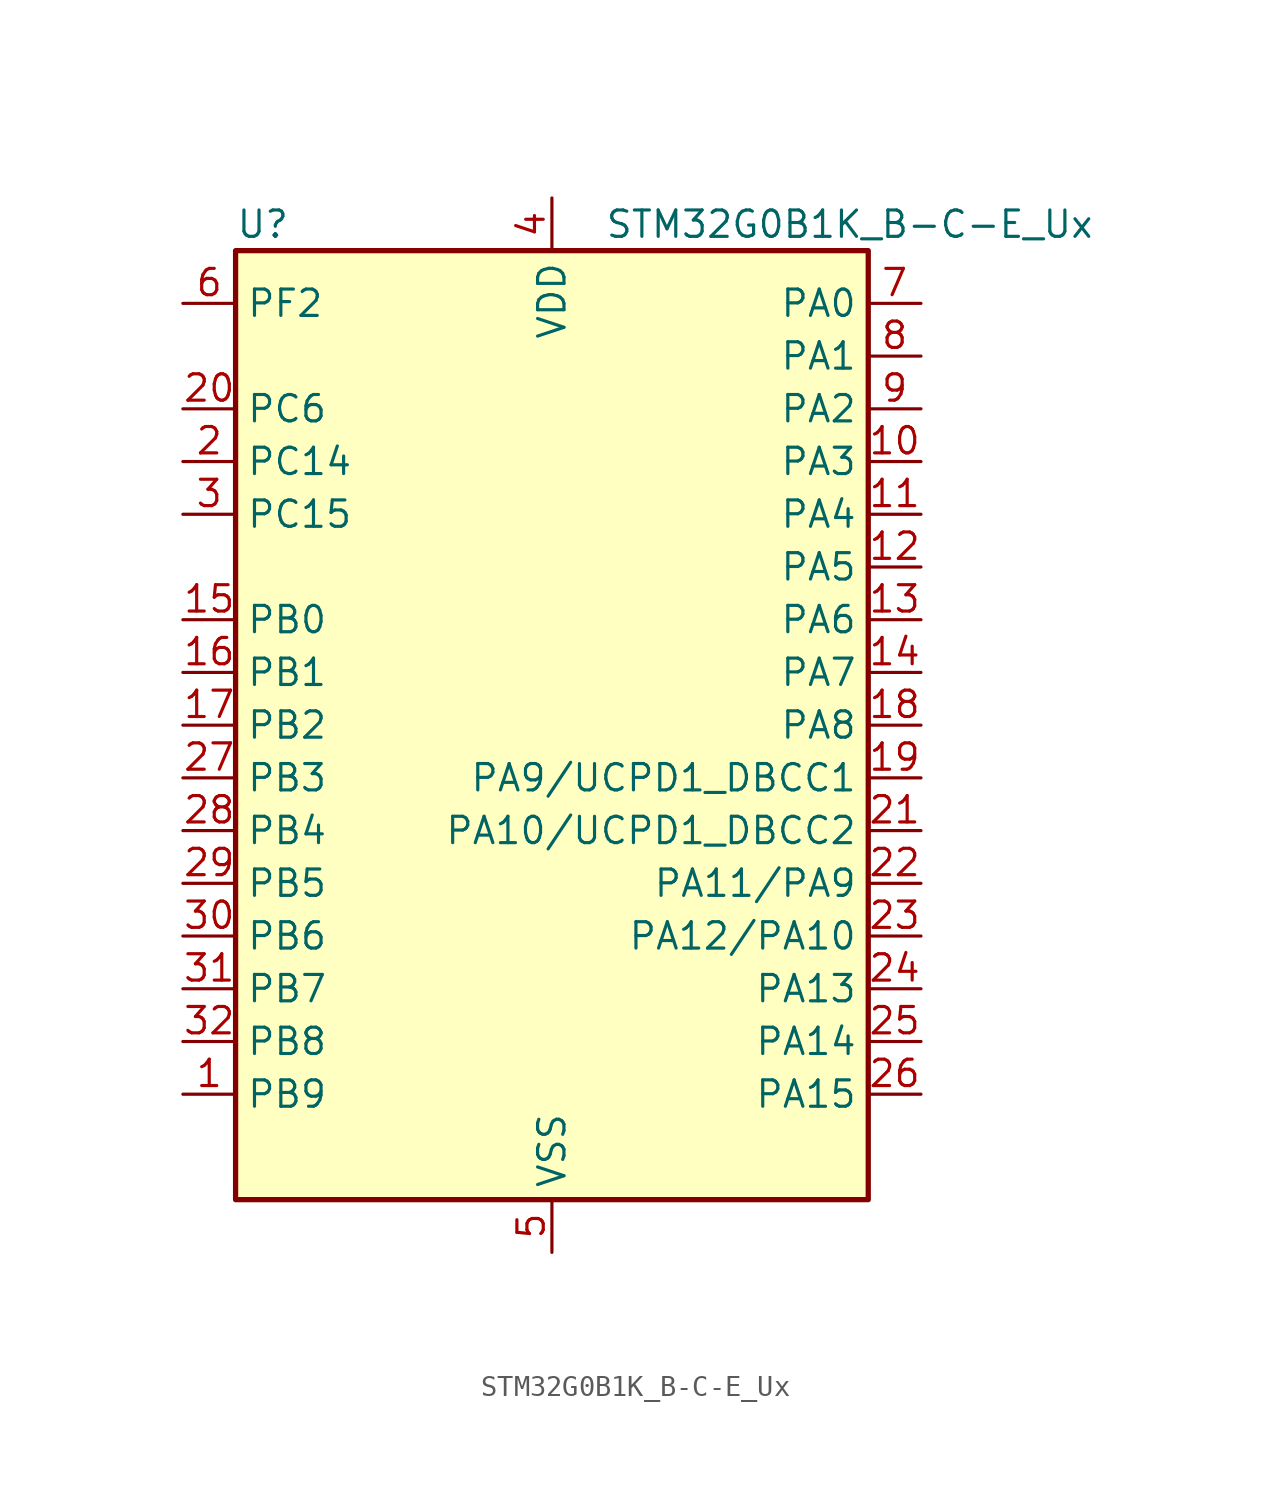
<source format=kicad_sym>
(kicad_symbol_lib
  (version 20220914)
  (generator kicad_symbol_editor)
  (symbol "STM32G0B1K_B-C-E_Ux"
    (property "Reference" "U"
      (at -15.24 24.13 0)
      (effects (font (size 1.27 1.27)) (justify left)))
    (property "Value" "STM32G0B1K_B-C-E_Ux"
      (at 2.54 24.13 0)
      (effects (font (size 1.27 1.27)) (justify left)))
    (property "ki_locked" ""
      (at 0 0 0)
      (effects (font (size 1.27 1.27))))
    (symbol "STM32G0B1K_B-C-E_Ux_0_1"
      (rectangle (start -15.24 -22.86) (end 15.24 22.86) (stroke (width 0.254) (type default)) (fill (type background))))
    (symbol "STM32G0B1K_B-C-E_Ux_1_1"
      (pin bidirectional line (at -17.78 -17.78 0) (length 2.54) (name "PB9" (effects (font (size 1.27 1.27)))) (number "1" (effects (font (size 1.27 1.27)))) (alternate "DAC1_EXTI9" bidirectional line) (alternate "FDCAN1_TX" bidirectional line) (alternate "I2C1_SDA" bidirectional line) (alternate "I2S2_WS" bidirectional line) (alternate "IR_OUT" bidirectional line) (alternate "SPI2_NSS" bidirectional line) (alternate "TIM17_CH1" bidirectional line) (alternate "TIM4_CH4" bidirectional line) (alternate "USART3_RX" bidirectional line) (alternate "USART6_RX" bidirectional line))
      (pin bidirectional line (at 17.78 12.7 180) (length 2.54) (name "PA3" (effects (font (size 1.27 1.27)))) (number "10" (effects (font (size 1.27 1.27)))) (alternate "ADC1_IN3" bidirectional line) (alternate "COMP2_INP" bidirectional line) (alternate "I2S2_MCK" bidirectional line) (alternate "LPUART1_RX" bidirectional line) (alternate "SPI2_MISO" bidirectional line) (alternate "TIM15_CH2" bidirectional line) (alternate "TIM2_CH4" bidirectional line) (alternate "USART2_RX" bidirectional line))
      (pin bidirectional line (at 17.78 10.16 180) (length 2.54) (name "PA4" (effects (font (size 1.27 1.27)))) (number "11" (effects (font (size 1.27 1.27)))) (alternate "ADC1_IN4" bidirectional line) (alternate "DAC1_OUT1" bidirectional line) (alternate "I2S1_WS" bidirectional line) (alternate "I2S2_SD" bidirectional line) (alternate "LPTIM2_OUT" bidirectional line) (alternate "RTC_OUT1" bidirectional line) (alternate "RTC_TAMP_IN1" bidirectional line) (alternate "RTC_TS" bidirectional line) (alternate "SPI1_NSS" bidirectional line) (alternate "SPI2_MOSI" bidirectional line) (alternate "SPI3_NSS" bidirectional line) (alternate "SYS_WKUP2" bidirectional line) (alternate "TIM14_CH1" bidirectional line) (alternate "USART6_TX" bidirectional line) (alternate "USB_NOE" bidirectional line))
      (pin bidirectional line (at 17.78 7.62 180) (length 2.54) (name "PA5" (effects (font (size 1.27 1.27)))) (number "12" (effects (font (size 1.27 1.27)))) (alternate "ADC1_IN5" bidirectional line) (alternate "CEC" bidirectional line) (alternate "DAC1_OUT2" bidirectional line) (alternate "I2S1_CK" bidirectional line) (alternate "LPTIM2_ETR" bidirectional line) (alternate "SPI1_SCK" bidirectional line) (alternate "TIM2_CH1" bidirectional line) (alternate "TIM2_ETR" bidirectional line) (alternate "UCPD1_FRSTX1" bidirectional line) (alternate "UCPD1_FRSTX2" bidirectional line) (alternate "USART3_TX" bidirectional line) (alternate "USART6_RX" bidirectional line))
      (pin bidirectional line (at 17.78 5.08 180) (length 2.54) (name "PA6" (effects (font (size 1.27 1.27)))) (number "13" (effects (font (size 1.27 1.27)))) (alternate "ADC1_IN6" bidirectional line) (alternate "COMP1_OUT" bidirectional line) (alternate "I2C2_SDA" bidirectional line) (alternate "I2C3_SDA" bidirectional line) (alternate "I2S1_MCK" bidirectional line) (alternate "LPUART1_CTS" bidirectional line) (alternate "SPI1_MISO" bidirectional line) (alternate "TIM16_CH1" bidirectional line) (alternate "TIM1_BK" bidirectional line) (alternate "TIM3_CH1" bidirectional line) (alternate "USART3_CTS" bidirectional line) (alternate "USART3_NSS" bidirectional line) (alternate "USART6_CTS" bidirectional line) (alternate "USART6_NSS" bidirectional line))
      (pin bidirectional line (at 17.78 2.54 180) (length 2.54) (name "PA7" (effects (font (size 1.27 1.27)))) (number "14" (effects (font (size 1.27 1.27)))) (alternate "ADC1_IN7" bidirectional line) (alternate "COMP2_OUT" bidirectional line) (alternate "I2C2_SCL" bidirectional line) (alternate "I2C3_SCL" bidirectional line) (alternate "I2S1_SD" bidirectional line) (alternate "SPI1_MOSI" bidirectional line) (alternate "TIM14_CH1" bidirectional line) (alternate "TIM17_CH1" bidirectional line) (alternate "TIM1_CH1N" bidirectional line) (alternate "TIM3_CH2" bidirectional line) (alternate "UCPD1_FRSTX1" bidirectional line) (alternate "UCPD1_FRSTX2" bidirectional line) (alternate "USART6_CK" bidirectional line) (alternate "USART6_DE" bidirectional line) (alternate "USART6_RTS" bidirectional line))
      (pin bidirectional line (at -17.78 5.08 0) (length 2.54) (name "PB0" (effects (font (size 1.27 1.27)))) (number "15" (effects (font (size 1.27 1.27)))) (alternate "ADC1_IN8" bidirectional line) (alternate "COMP1_OUT" bidirectional line) (alternate "COMP3_INP" bidirectional line) (alternate "FDCAN2_RX" bidirectional line) (alternate "I2S1_WS" bidirectional line) (alternate "LPTIM1_OUT" bidirectional line) (alternate "LPUART2_CTS" bidirectional line) (alternate "SPI1_NSS" bidirectional line) (alternate "TIM1_CH2N" bidirectional line) (alternate "TIM3_CH3" bidirectional line) (alternate "UCPD1_FRSTX1" bidirectional line) (alternate "UCPD1_FRSTX2" bidirectional line) (alternate "USART3_RX" bidirectional line) (alternate "USART5_TX" bidirectional line))
      (pin bidirectional line (at -17.78 2.54 0) (length 2.54) (name "PB1" (effects (font (size 1.27 1.27)))) (number "16" (effects (font (size 1.27 1.27)))) (alternate "ADC1_IN9" bidirectional line) (alternate "COMP1_INM" bidirectional line) (alternate "COMP3_OUT" bidirectional line) (alternate "FDCAN2_TX" bidirectional line) (alternate "LPTIM2_IN1" bidirectional line) (alternate "LPUART1_DE" bidirectional line) (alternate "LPUART1_RTS" bidirectional line) (alternate "LPUART2_DE" bidirectional line) (alternate "LPUART2_RTS" bidirectional line) (alternate "TIM14_CH1" bidirectional line) (alternate "TIM1_CH3N" bidirectional line) (alternate "TIM3_CH4" bidirectional line) (alternate "USART3_CK" bidirectional line) (alternate "USART3_DE" bidirectional line) (alternate "USART3_RTS" bidirectional line) (alternate "USART5_RX" bidirectional line))
      (pin bidirectional line (at -17.78 0 0) (length 2.54) (name "PB2" (effects (font (size 1.27 1.27)))) (number "17" (effects (font (size 1.27 1.27)))) (alternate "ADC1_IN10" bidirectional line) (alternate "COMP1_INP" bidirectional line) (alternate "COMP3_INM" bidirectional line) (alternate "I2S2_MCK" bidirectional line) (alternate "LPTIM1_OUT" bidirectional line) (alternate "RCC_MCO_2" bidirectional line) (alternate "SPI2_MISO" bidirectional line) (alternate "USART3_TX" bidirectional line))
      (pin bidirectional line (at 17.78 0 180) (length 2.54) (name "PA8" (effects (font (size 1.27 1.27)))) (number "18" (effects (font (size 1.27 1.27)))) (alternate "CRS1_SYNC" bidirectional line) (alternate "I2C2_SMBA" bidirectional line) (alternate "I2S2_WS" bidirectional line) (alternate "LPTIM2_OUT" bidirectional line) (alternate "RCC_MCO" bidirectional line) (alternate "SPI2_NSS" bidirectional line) (alternate "TIM1_CH1" bidirectional line) (alternate "UCPD1_CC1" bidirectional line))
      (pin bidirectional line (at 17.78 -2.54 180) (length 2.54) (name "PA9/UCPD1_DBCC1" (effects (font (size 1.27 1.27)))) (number "19" (effects (font (size 1.27 1.27)))) (alternate "DAC1_EXTI9" bidirectional line) (alternate "I2C1_SCL" bidirectional line) (alternate "I2C2_SCL" bidirectional line) (alternate "I2S2_MCK" bidirectional line) (alternate "RCC_MCO" bidirectional line) (alternate "SPI2_MISO" bidirectional line) (alternate "TIM15_BK" bidirectional line) (alternate "TIM1_CH2" bidirectional line) (alternate "UCPD1_DBCC1" bidirectional line) (alternate "USART1_TX" bidirectional line))
      (pin bidirectional line (at -17.78 12.7 0) (length 2.54) (name "PC14" (effects (font (size 1.27 1.27)))) (number "2" (effects (font (size 1.27 1.27)))) (alternate "RCC_OSC32_IN" bidirectional line) (alternate "RCC_OSC_IN" bidirectional line) (alternate "TIM1_BK2" bidirectional line))
      (pin bidirectional line (at -17.78 15.24 0) (length 2.54) (name "PC6" (effects (font (size 1.27 1.27)))) (number "20" (effects (font (size 1.27 1.27)))) (alternate "LPUART2_TX" bidirectional line) (alternate "TIM2_CH3" bidirectional line) (alternate "TIM3_CH1" bidirectional line) (alternate "UCPD1_FRSTX1" bidirectional line) (alternate "UCPD1_FRSTX2" bidirectional line))
      (pin bidirectional line (at 17.78 -5.08 180) (length 2.54) (name "PA10/UCPD1_DBCC2" (effects (font (size 1.27 1.27)))) (number "21" (effects (font (size 1.27 1.27)))) (alternate "I2C1_SDA" bidirectional line) (alternate "I2C2_SDA" bidirectional line) (alternate "I2S2_SD" bidirectional line) (alternate "RCC_MCO_2" bidirectional line) (alternate "SPI2_MOSI" bidirectional line) (alternate "TIM17_BK" bidirectional line) (alternate "TIM1_CH3" bidirectional line) (alternate "UCPD1_DBCC2" bidirectional line) (alternate "USART1_RX" bidirectional line))
      (pin bidirectional line (at 17.78 -7.62 180) (length 2.54) (name "PA11/PA9" (effects (font (size 1.27 1.27)))) (number "22" (effects (font (size 1.27 1.27)))) (alternate "ADC1_EXTI11" bidirectional line) (alternate "COMP1_OUT" bidirectional line) (alternate "FDCAN1_RX" bidirectional line) (alternate "I2C2_SCL" bidirectional line) (alternate "I2S1_MCK" bidirectional line) (alternate "SPI1_MISO" bidirectional line) (alternate "TIM1_BK2" bidirectional line) (alternate "TIM1_CH4" bidirectional line) (alternate "USART1_CTS" bidirectional line) (alternate "USART1_NSS" bidirectional line) (alternate "USB_DM" bidirectional line))
      (pin bidirectional line (at 17.78 -10.16 180) (length 2.54) (name "PA12/PA10" (effects (font (size 1.27 1.27)))) (number "23" (effects (font (size 1.27 1.27)))) (alternate "COMP2_OUT" bidirectional line) (alternate "FDCAN1_TX" bidirectional line) (alternate "I2C2_SDA" bidirectional line) (alternate "I2S1_SD" bidirectional line) (alternate "I2S_CKIN" bidirectional line) (alternate "SPI1_MOSI" bidirectional line) (alternate "TIM1_ETR" bidirectional line) (alternate "USART1_CK" bidirectional line) (alternate "USART1_DE" bidirectional line) (alternate "USART1_RTS" bidirectional line) (alternate "USB_DP" bidirectional line))
      (pin bidirectional line (at 17.78 -12.7 180) (length 2.54) (name "PA13" (effects (font (size 1.27 1.27)))) (number "24" (effects (font (size 1.27 1.27)))) (alternate "IR_OUT" bidirectional line) (alternate "LPUART2_RX" bidirectional line) (alternate "SYS_SWDIO" bidirectional line) (alternate "USB_NOE" bidirectional line))
      (pin bidirectional line (at 17.78 -15.24 180) (length 2.54) (name "PA14" (effects (font (size 1.27 1.27)))) (number "25" (effects (font (size 1.27 1.27)))) (alternate "LPUART2_TX" bidirectional line) (alternate "SYS_SWCLK" bidirectional line) (alternate "USART2_TX" bidirectional line))
      (pin bidirectional line (at 17.78 -17.78 180) (length 2.54) (name "PA15" (effects (font (size 1.27 1.27)))) (number "26" (effects (font (size 1.27 1.27)))) (alternate "I2C2_SMBA" bidirectional line) (alternate "I2S1_WS" bidirectional line) (alternate "RCC_MCO_2" bidirectional line) (alternate "SPI1_NSS" bidirectional line) (alternate "SPI3_NSS" bidirectional line) (alternate "TIM2_CH1" bidirectional line) (alternate "TIM2_ETR" bidirectional line) (alternate "USART2_RX" bidirectional line) (alternate "USART3_CK" bidirectional line) (alternate "USART3_DE" bidirectional line) (alternate "USART3_RTS" bidirectional line) (alternate "USART4_CK" bidirectional line) (alternate "USART4_DE" bidirectional line) (alternate "USART4_RTS" bidirectional line) (alternate "USB_NOE" bidirectional line))
      (pin bidirectional line (at -17.78 -2.54 0) (length 2.54) (name "PB3" (effects (font (size 1.27 1.27)))) (number "27" (effects (font (size 1.27 1.27)))) (alternate "COMP2_INM" bidirectional line) (alternate "I2C2_SCL" bidirectional line) (alternate "I2C3_SCL" bidirectional line) (alternate "I2S1_CK" bidirectional line) (alternate "SPI1_SCK" bidirectional line) (alternate "SPI3_SCK" bidirectional line) (alternate "TIM1_CH2" bidirectional line) (alternate "TIM2_CH2" bidirectional line) (alternate "USART1_CK" bidirectional line) (alternate "USART1_DE" bidirectional line) (alternate "USART1_RTS" bidirectional line) (alternate "USART5_TX" bidirectional line))
      (pin bidirectional line (at -17.78 -5.08 0) (length 2.54) (name "PB4" (effects (font (size 1.27 1.27)))) (number "28" (effects (font (size 1.27 1.27)))) (alternate "COMP2_INP" bidirectional line) (alternate "I2C2_SDA" bidirectional line) (alternate "I2C3_SDA" bidirectional line) (alternate "I2S1_MCK" bidirectional line) (alternate "SPI1_MISO" bidirectional line) (alternate "SPI3_MISO" bidirectional line) (alternate "TIM17_BK" bidirectional line) (alternate "TIM3_CH1" bidirectional line) (alternate "USART1_CTS" bidirectional line) (alternate "USART1_NSS" bidirectional line) (alternate "USART5_RX" bidirectional line))
      (pin bidirectional line (at -17.78 -7.62 0) (length 2.54) (name "PB5" (effects (font (size 1.27 1.27)))) (number "29" (effects (font (size 1.27 1.27)))) (alternate "COMP2_OUT" bidirectional line) (alternate "FDCAN2_RX" bidirectional line) (alternate "I2C1_SMBA" bidirectional line) (alternate "I2S1_SD" bidirectional line) (alternate "LPTIM1_IN1" bidirectional line) (alternate "SPI1_MOSI" bidirectional line) (alternate "SPI3_MOSI" bidirectional line) (alternate "SYS_WKUP6" bidirectional line) (alternate "TIM16_BK" bidirectional line) (alternate "TIM3_CH2" bidirectional line) (alternate "USART5_CK" bidirectional line) (alternate "USART5_DE" bidirectional line) (alternate "USART5_RTS" bidirectional line))
      (pin bidirectional line (at -17.78 10.16 0) (length 2.54) (name "PC15" (effects (font (size 1.27 1.27)))) (number "3" (effects (font (size 1.27 1.27)))) (alternate "RCC_OSC32_EN" bidirectional line) (alternate "RCC_OSC32_OUT" bidirectional line) (alternate "RCC_OSC_EN" bidirectional line) (alternate "TIM15_BK" bidirectional line))
      (pin bidirectional line (at -17.78 -10.16 0) (length 2.54) (name "PB6" (effects (font (size 1.27 1.27)))) (number "30" (effects (font (size 1.27 1.27)))) (alternate "COMP2_INP" bidirectional line) (alternate "FDCAN2_TX" bidirectional line) (alternate "I2C1_SCL" bidirectional line) (alternate "I2S2_MCK" bidirectional line) (alternate "LPTIM1_ETR" bidirectional line) (alternate "LPUART2_TX" bidirectional line) (alternate "SPI2_MISO" bidirectional line) (alternate "TIM16_CH1N" bidirectional line) (alternate "TIM1_CH3" bidirectional line) (alternate "TIM4_CH1" bidirectional line) (alternate "USART1_TX" bidirectional line) (alternate "USART5_CTS" bidirectional line) (alternate "USART5_NSS" bidirectional line))
      (pin bidirectional line (at -17.78 -12.7 0) (length 2.54) (name "PB7" (effects (font (size 1.27 1.27)))) (number "31" (effects (font (size 1.27 1.27)))) (alternate "COMP2_INM" bidirectional line) (alternate "I2C1_SDA" bidirectional line) (alternate "I2S2_SD" bidirectional line) (alternate "LPTIM1_IN2" bidirectional line) (alternate "LPUART2_RX" bidirectional line) (alternate "SPI2_MOSI" bidirectional line) (alternate "SYS_PVD_IN" bidirectional line) (alternate "TIM17_CH1N" bidirectional line) (alternate "TIM4_CH2" bidirectional line) (alternate "USART1_RX" bidirectional line) (alternate "USART4_CTS" bidirectional line) (alternate "USART4_NSS" bidirectional line))
      (pin bidirectional line (at -17.78 -15.24 0) (length 2.54) (name "PB8" (effects (font (size 1.27 1.27)))) (number "32" (effects (font (size 1.27 1.27)))) (alternate "CEC" bidirectional line) (alternate "FDCAN1_RX" bidirectional line) (alternate "I2C1_SCL" bidirectional line) (alternate "I2S2_CK" bidirectional line) (alternate "SPI2_SCK" bidirectional line) (alternate "TIM15_BK" bidirectional line) (alternate "TIM16_CH1" bidirectional line) (alternate "TIM4_CH3" bidirectional line) (alternate "USART3_TX" bidirectional line) (alternate "USART6_TX" bidirectional line))
      (pin passive line (at 0 -25.4 90) (length 2.54) hide (name "VSS" (effects (font (size 1.27 1.27)))) (number "33" (effects (font (size 1.27 1.27)))))
      (pin power_in line (at 0 25.4 270) (length 2.54) (name "VDD" (effects (font (size 1.27 1.27)))) (number "4" (effects (font (size 1.27 1.27)))))
      (pin power_in line (at 0 -25.4 90) (length 2.54) (name "VSS" (effects (font (size 1.27 1.27)))) (number "5" (effects (font (size 1.27 1.27)))))
      (pin bidirectional line (at -17.78 20.32 0) (length 2.54) (name "PF2" (effects (font (size 1.27 1.27)))) (number "6" (effects (font (size 1.27 1.27)))) (alternate "LPUART2_DE" bidirectional line) (alternate "LPUART2_RTS" bidirectional line) (alternate "LPUART2_TX" bidirectional line) (alternate "RCC_MCO" bidirectional line))
      (pin bidirectional line (at 17.78 20.32 180) (length 2.54) (name "PA0" (effects (font (size 1.27 1.27)))) (number "7" (effects (font (size 1.27 1.27)))) (alternate "ADC1_IN0" bidirectional line) (alternate "COMP1_INM" bidirectional line) (alternate "COMP1_OUT" bidirectional line) (alternate "I2S2_CK" bidirectional line) (alternate "LPTIM1_OUT" bidirectional line) (alternate "RTC_TAMP_IN2" bidirectional line) (alternate "SPI2_SCK" bidirectional line) (alternate "SYS_WKUP1" bidirectional line) (alternate "TIM2_CH1" bidirectional line) (alternate "TIM2_ETR" bidirectional line) (alternate "USART2_CTS" bidirectional line) (alternate "USART2_NSS" bidirectional line) (alternate "USART4_TX" bidirectional line))
      (pin bidirectional line (at 17.78 17.78 180) (length 2.54) (name "PA1" (effects (font (size 1.27 1.27)))) (number "8" (effects (font (size 1.27 1.27)))) (alternate "ADC1_IN1" bidirectional line) (alternate "COMP1_INP" bidirectional line) (alternate "I2C1_SMBA" bidirectional line) (alternate "I2S1_CK" bidirectional line) (alternate "SPI1_SCK" bidirectional line) (alternate "TIM15_CH1N" bidirectional line) (alternate "TIM2_CH2" bidirectional line) (alternate "USART2_CK" bidirectional line) (alternate "USART2_DE" bidirectional line) (alternate "USART2_RTS" bidirectional line) (alternate "USART4_RX" bidirectional line))
      (pin bidirectional line (at 17.78 15.24 180) (length 2.54) (name "PA2" (effects (font (size 1.27 1.27)))) (number "9" (effects (font (size 1.27 1.27)))) (alternate "ADC1_IN2" bidirectional line) (alternate "COMP2_INM" bidirectional line) (alternate "COMP2_OUT" bidirectional line) (alternate "I2S1_SD" bidirectional line) (alternate "LPUART1_TX" bidirectional line) (alternate "RCC_LSCO" bidirectional line) (alternate "SPI1_MOSI" bidirectional line) (alternate "SYS_WKUP4" bidirectional line) (alternate "TIM15_CH1" bidirectional line) (alternate "TIM2_CH3" bidirectional line) (alternate "UCPD1_FRSTX1" bidirectional line) (alternate "UCPD1_FRSTX2" bidirectional line) (alternate "USART2_TX" bidirectional line)))))
</source>
